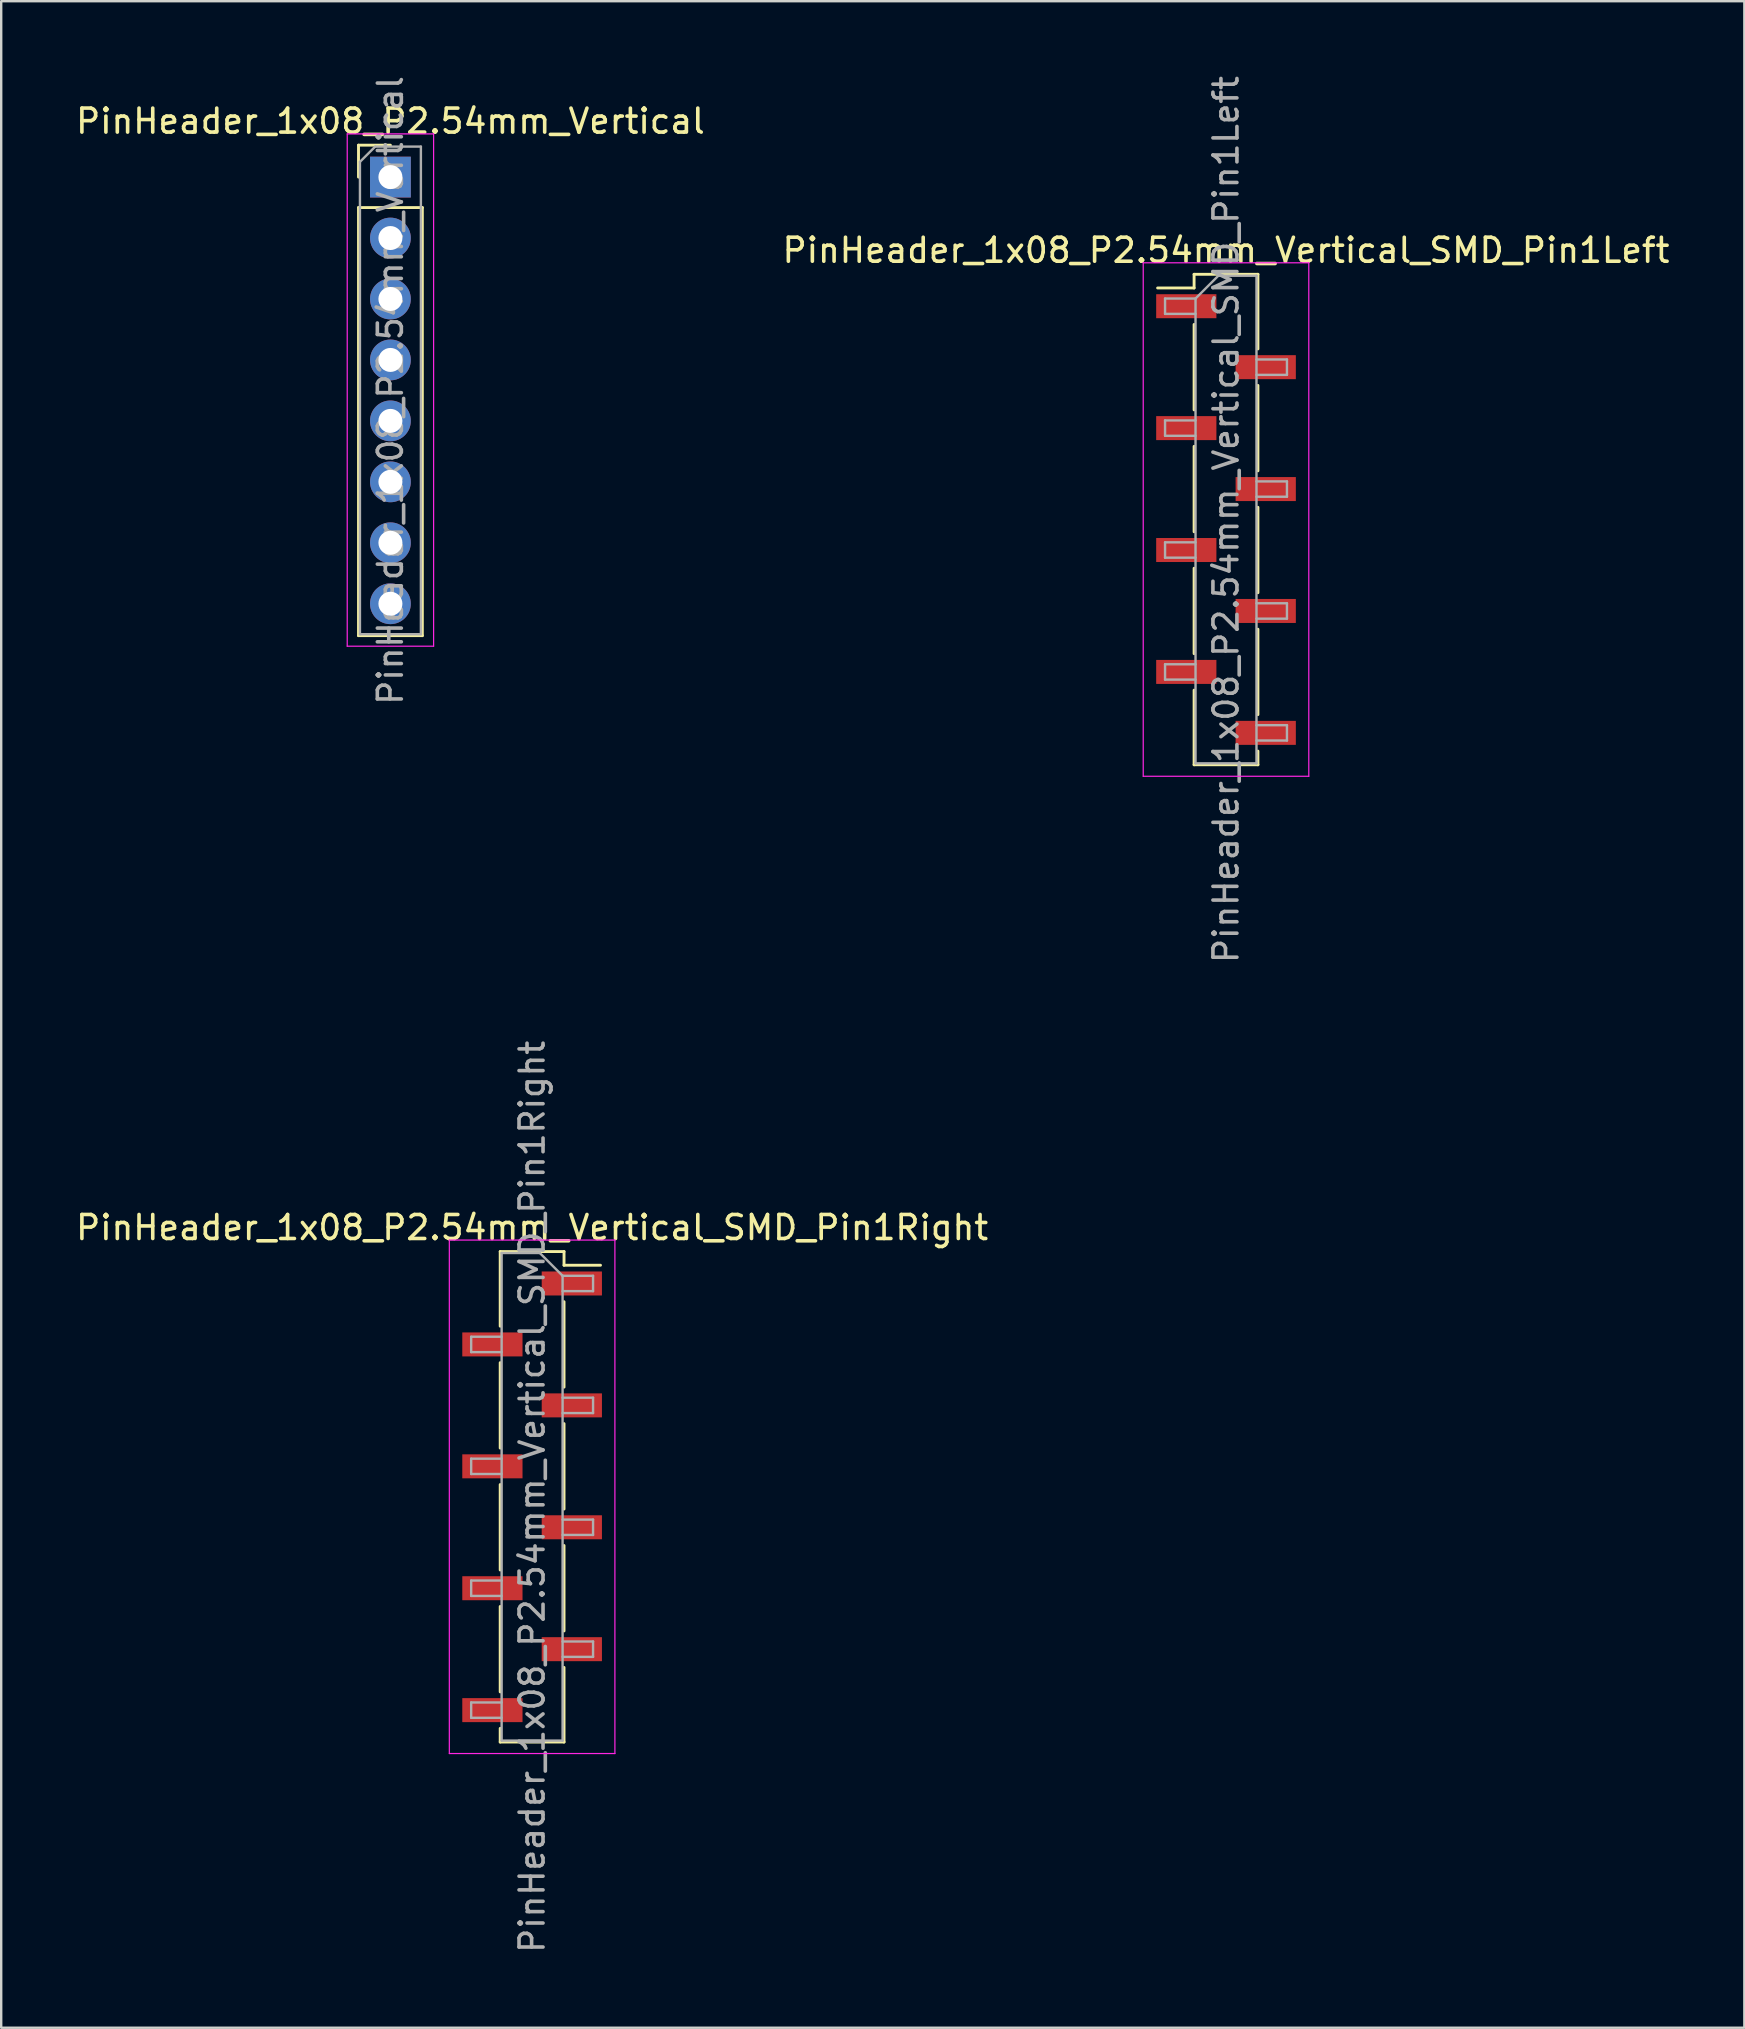
<source format=kicad_pcb>
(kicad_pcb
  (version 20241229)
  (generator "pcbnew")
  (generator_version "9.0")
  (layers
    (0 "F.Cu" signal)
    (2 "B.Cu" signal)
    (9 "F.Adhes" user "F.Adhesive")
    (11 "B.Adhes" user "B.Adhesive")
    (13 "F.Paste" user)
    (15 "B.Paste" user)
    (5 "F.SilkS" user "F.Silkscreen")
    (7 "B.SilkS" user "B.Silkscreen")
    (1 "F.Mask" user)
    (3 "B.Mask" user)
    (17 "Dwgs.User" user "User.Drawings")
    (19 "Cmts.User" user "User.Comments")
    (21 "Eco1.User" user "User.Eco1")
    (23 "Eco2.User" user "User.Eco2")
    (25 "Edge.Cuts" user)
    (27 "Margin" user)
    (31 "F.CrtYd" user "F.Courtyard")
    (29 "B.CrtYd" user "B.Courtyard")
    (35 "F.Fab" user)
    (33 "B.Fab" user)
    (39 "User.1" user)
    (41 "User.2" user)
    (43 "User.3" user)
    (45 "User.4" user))
  (footprint "PinHeader_1x08_P2.54mm_Vertical_SMD_Pin1Left"
    (layer "F.Cu")
    (at 48.042 18.601)
    (property "Reference" "PinHeader_1x08_P2.54mm_Vertical_SMD_Pin1Left" (at 0 -11.22 0) (layer "F.SilkS") (effects (font (size 1 1) (thickness 0.15))))
    (attr smd)
    (fp_line (start -1.33 -10.22) (end -1.33 -9.65) (stroke (width 0.12) (type solid)) (layer "F.SilkS"))
    (fp_line (start -1.33 -10.22) (end 1.33 -10.22) (stroke (width 0.12) (type solid)) (layer "F.SilkS"))
    (fp_line (start -1.33 -9.65) (end -2.85 -9.65) (stroke (width 0.12) (type solid)) (layer "F.SilkS"))
    (fp_line (start -1.33 -8.13) (end -1.33 -4.57) (stroke (width 0.12) (type solid)) (layer "F.SilkS"))
    (fp_line (start -1.33 -3.05) (end -1.33 0.51) (stroke (width 0.12) (type solid)) (layer "F.SilkS"))
    (fp_line (start -1.33 2.03) (end -1.33 5.59) (stroke (width 0.12) (type solid)) (layer "F.SilkS"))
    (fp_line (start -1.33 7.11) (end -1.33 10.22) (stroke (width 0.12) (type solid)) (layer "F.SilkS"))
    (fp_line (start -1.33 10.22) (end 1.33 10.22) (stroke (width 0.12) (type solid)) (layer "F.SilkS"))
    (fp_line (start 1.33 -10.22) (end 1.33 -7.11) (stroke (width 0.12) (type solid)) (layer "F.SilkS"))
    (fp_line (start 1.33 -5.59) (end 1.33 -2.03) (stroke (width 0.12) (type solid)) (layer "F.SilkS"))
    (fp_line (start 1.33 -0.51) (end 1.33 3.05) (stroke (width 0.12) (type solid)) (layer "F.SilkS"))
    (fp_line (start 1.33 4.57) (end 1.33 8.13) (stroke (width 0.12) (type solid)) (layer "F.SilkS"))
    (fp_line (start 1.33 9.65) (end 1.33 10.22) (stroke (width 0.12) (type solid)) (layer "F.SilkS"))
    (fp_line (start -3.45 -10.7) (end -3.45 10.7) (stroke (width 0.05) (type solid)) (layer "F.CrtYd"))
    (fp_line (start -3.45 10.7) (end 3.45 10.7) (stroke (width 0.05) (type solid)) (layer "F.CrtYd"))
    (fp_line (start 3.45 -10.7) (end -3.45 -10.7) (stroke (width 0.05) (type solid)) (layer "F.CrtYd"))
    (fp_line (start 3.45 10.7) (end 3.45 -10.7) (stroke (width 0.05) (type solid)) (layer "F.CrtYd"))
    (fp_line (start -2.54 -9.21) (end -2.54 -8.57) (stroke (width 0.1) (type solid)) (layer "F.Fab"))
    (fp_line (start -2.54 -8.57) (end -1.27 -8.57) (stroke (width 0.1) (type solid)) (layer "F.Fab"))
    (fp_line (start -2.54 -4.13) (end -2.54 -3.49) (stroke (width 0.1) (type solid)) (layer "F.Fab"))
    (fp_line (start -2.54 -3.49) (end -1.27 -3.49) (stroke (width 0.1) (type solid)) (layer "F.Fab"))
    (fp_line (start -2.54 0.95) (end -2.54 1.59) (stroke (width 0.1) (type solid)) (layer "F.Fab"))
    (fp_line (start -2.54 1.59) (end -1.27 1.59) (stroke (width 0.1) (type solid)) (layer "F.Fab"))
    (fp_line (start -2.54 6.03) (end -2.54 6.67) (stroke (width 0.1) (type solid)) (layer "F.Fab"))
    (fp_line (start -2.54 6.67) (end -1.27 6.67) (stroke (width 0.1) (type solid)) (layer "F.Fab"))
    (fp_line (start -1.27 -9.21) (end -2.54 -9.21) (stroke (width 0.1) (type solid)) (layer "F.Fab"))
    (fp_line (start -1.27 -9.21) (end -0.32 -10.16) (stroke (width 0.1) (type solid)) (layer "F.Fab"))
    (fp_line (start -1.27 -4.13) (end -2.54 -4.13) (stroke (width 0.1) (type solid)) (layer "F.Fab"))
    (fp_line (start -1.27 0.95) (end -2.54 0.95) (stroke (width 0.1) (type solid)) (layer "F.Fab"))
    (fp_line (start -1.27 6.03) (end -2.54 6.03) (stroke (width 0.1) (type solid)) (layer "F.Fab"))
    (fp_line (start -1.27 10.16) (end -1.27 -9.21) (stroke (width 0.1) (type solid)) (layer "F.Fab"))
    (fp_line (start -0.32 -10.16) (end 1.27 -10.16) (stroke (width 0.1) (type solid)) (layer "F.Fab"))
    (fp_line (start 1.27 -10.16) (end 1.27 10.16) (stroke (width 0.1) (type solid)) (layer "F.Fab"))
    (fp_line (start 1.27 -6.67) (end 2.54 -6.67) (stroke (width 0.1) (type solid)) (layer "F.Fab"))
    (fp_line (start 1.27 -1.59) (end 2.54 -1.59) (stroke (width 0.1) (type solid)) (layer "F.Fab"))
    (fp_line (start 1.27 3.49) (end 2.54 3.49) (stroke (width 0.1) (type solid)) (layer "F.Fab"))
    (fp_line (start 1.27 8.57) (end 2.54 8.57) (stroke (width 0.1) (type solid)) (layer "F.Fab"))
    (fp_line (start 1.27 10.16) (end -1.27 10.16) (stroke (width 0.1) (type solid)) (layer "F.Fab"))
    (fp_line (start 2.54 -6.67) (end 2.54 -6.03) (stroke (width 0.1) (type solid)) (layer "F.Fab"))
    (fp_line (start 2.54 -6.03) (end 1.27 -6.03) (stroke (width 0.1) (type solid)) (layer "F.Fab"))
    (fp_line (start 2.54 -1.59) (end 2.54 -0.95) (stroke (width 0.1) (type solid)) (layer "F.Fab"))
    (fp_line (start 2.54 -0.95) (end 1.27 -0.95) (stroke (width 0.1) (type solid)) (layer "F.Fab"))
    (fp_line (start 2.54 3.49) (end 2.54 4.13) (stroke (width 0.1) (type solid)) (layer "F.Fab"))
    (fp_line (start 2.54 4.13) (end 1.27 4.13) (stroke (width 0.1) (type solid)) (layer "F.Fab"))
    (fp_line (start 2.54 8.57) (end 2.54 9.21) (stroke (width 0.1) (type solid)) (layer "F.Fab"))
    (fp_line (start 2.54 9.21) (end 1.27 9.21) (stroke (width 0.1) (type solid)) (layer "F.Fab"))
    (fp_text user "${REFERENCE}" (at 0 0 90) (layer "F.Fab") (effects (font (size 1 1) (thickness 0.15))))
    (pad "1" smd rect (at -1.655 -8.89) (size 2.51 1) (layers "F.Cu" "F.Mask" "F.Paste"))
    (pad "2" smd rect (at 1.655 -6.35) (size 2.51 1) (layers "F.Cu" "F.Mask" "F.Paste"))
    (pad "3" smd rect (at -1.655 -3.81) (size 2.51 1) (layers "F.Cu" "F.Mask" "F.Paste"))
    (pad "4" smd rect (at 1.655 -1.27) (size 2.51 1) (layers "F.Cu" "F.Mask" "F.Paste"))
    (pad "5" smd rect (at -1.655 1.27) (size 2.51 1) (layers "F.Cu" "F.Mask" "F.Paste"))
    (pad "6" smd rect (at 1.655 3.81) (size 2.51 1) (layers "F.Cu" "F.Mask" "F.Paste"))
    (pad "7" smd rect (at -1.655 6.35) (size 2.51 1) (layers "F.Cu" "F.Mask" "F.Paste"))
    (pad "8" smd rect (at 1.655 8.89) (size 2.51 1) (layers "F.Cu" "F.Mask" "F.Paste")))
  (footprint "PinHeader_1x08_P2.54mm_Vertical_SMD_Pin1Right"
    (layer "F.Cu")
    (at 19.125 59.327)
    (property "Reference" "PinHeader_1x08_P2.54mm_Vertical_SMD_Pin1Right" (at 0 -11.22 0) (layer "F.SilkS") (effects (font (size 1 1) (thickness 0.15))))
    (attr smd)
    (fp_line (start -1.33 -10.22) (end -1.33 -7.11) (stroke (width 0.12) (type solid)) (layer "F.SilkS"))
    (fp_line (start -1.33 -10.22) (end 1.33 -10.22) (stroke (width 0.12) (type solid)) (layer "F.SilkS"))
    (fp_line (start -1.33 -5.59) (end -1.33 -2.03) (stroke (width 0.12) (type solid)) (layer "F.SilkS"))
    (fp_line (start -1.33 -0.51) (end -1.33 3.05) (stroke (width 0.12) (type solid)) (layer "F.SilkS"))
    (fp_line (start -1.33 4.57) (end -1.33 8.13) (stroke (width 0.12) (type solid)) (layer "F.SilkS"))
    (fp_line (start -1.33 9.65) (end -1.33 10.22) (stroke (width 0.12) (type solid)) (layer "F.SilkS"))
    (fp_line (start -1.33 10.22) (end 1.33 10.22) (stroke (width 0.12) (type solid)) (layer "F.SilkS"))
    (fp_line (start 1.33 -10.22) (end 1.33 -9.65) (stroke (width 0.12) (type solid)) (layer "F.SilkS"))
    (fp_line (start 1.33 -9.65) (end 2.85 -9.65) (stroke (width 0.12) (type solid)) (layer "F.SilkS"))
    (fp_line (start 1.33 -8.13) (end 1.33 -4.57) (stroke (width 0.12) (type solid)) (layer "F.SilkS"))
    (fp_line (start 1.33 -3.05) (end 1.33 0.51) (stroke (width 0.12) (type solid)) (layer "F.SilkS"))
    (fp_line (start 1.33 2.03) (end 1.33 5.59) (stroke (width 0.12) (type solid)) (layer "F.SilkS"))
    (fp_line (start 1.33 7.11) (end 1.33 10.22) (stroke (width 0.12) (type solid)) (layer "F.SilkS"))
    (fp_line (start -3.45 -10.7) (end -3.45 10.7) (stroke (width 0.05) (type solid)) (layer "F.CrtYd"))
    (fp_line (start -3.45 10.7) (end 3.45 10.7) (stroke (width 0.05) (type solid)) (layer "F.CrtYd"))
    (fp_line (start 3.45 -10.7) (end -3.45 -10.7) (stroke (width 0.05) (type solid)) (layer "F.CrtYd"))
    (fp_line (start 3.45 10.7) (end 3.45 -10.7) (stroke (width 0.05) (type solid)) (layer "F.CrtYd"))
    (fp_line (start -2.54 -6.67) (end -2.54 -6.03) (stroke (width 0.1) (type solid)) (layer "F.Fab"))
    (fp_line (start -2.54 -6.03) (end -1.27 -6.03) (stroke (width 0.1) (type solid)) (layer "F.Fab"))
    (fp_line (start -2.54 -1.59) (end -2.54 -0.95) (stroke (width 0.1) (type solid)) (layer "F.Fab"))
    (fp_line (start -2.54 -0.95) (end -1.27 -0.95) (stroke (width 0.1) (type solid)) (layer "F.Fab"))
    (fp_line (start -2.54 3.49) (end -2.54 4.13) (stroke (width 0.1) (type solid)) (layer "F.Fab"))
    (fp_line (start -2.54 4.13) (end -1.27 4.13) (stroke (width 0.1) (type solid)) (layer "F.Fab"))
    (fp_line (start -2.54 8.57) (end -2.54 9.21) (stroke (width 0.1) (type solid)) (layer "F.Fab"))
    (fp_line (start -2.54 9.21) (end -1.27 9.21) (stroke (width 0.1) (type solid)) (layer "F.Fab"))
    (fp_line (start -1.27 -10.16) (end -1.27 10.16) (stroke (width 0.1) (type solid)) (layer "F.Fab"))
    (fp_line (start -1.27 -10.16) (end 0.32 -10.16) (stroke (width 0.1) (type solid)) (layer "F.Fab"))
    (fp_line (start -1.27 -6.67) (end -2.54 -6.67) (stroke (width 0.1) (type solid)) (layer "F.Fab"))
    (fp_line (start -1.27 -1.59) (end -2.54 -1.59) (stroke (width 0.1) (type solid)) (layer "F.Fab"))
    (fp_line (start -1.27 3.49) (end -2.54 3.49) (stroke (width 0.1) (type solid)) (layer "F.Fab"))
    (fp_line (start -1.27 8.57) (end -2.54 8.57) (stroke (width 0.1) (type solid)) (layer "F.Fab"))
    (fp_line (start 1.27 -9.21) (end 0.32 -10.16) (stroke (width 0.1) (type solid)) (layer "F.Fab"))
    (fp_line (start 1.27 -9.21) (end 2.54 -9.21) (stroke (width 0.1) (type solid)) (layer "F.Fab"))
    (fp_line (start 1.27 -4.13) (end 2.54 -4.13) (stroke (width 0.1) (type solid)) (layer "F.Fab"))
    (fp_line (start 1.27 0.95) (end 2.54 0.95) (stroke (width 0.1) (type solid)) (layer "F.Fab"))
    (fp_line (start 1.27 6.03) (end 2.54 6.03) (stroke (width 0.1) (type solid)) (layer "F.Fab"))
    (fp_line (start 1.27 10.16) (end -1.27 10.16) (stroke (width 0.1) (type solid)) (layer "F.Fab"))
    (fp_line (start 1.27 10.16) (end 1.27 -9.21) (stroke (width 0.1) (type solid)) (layer "F.Fab"))
    (fp_line (start 2.54 -9.21) (end 2.54 -8.57) (stroke (width 0.1) (type solid)) (layer "F.Fab"))
    (fp_line (start 2.54 -8.57) (end 1.27 -8.57) (stroke (width 0.1) (type solid)) (layer "F.Fab"))
    (fp_line (start 2.54 -4.13) (end 2.54 -3.49) (stroke (width 0.1) (type solid)) (layer "F.Fab"))
    (fp_line (start 2.54 -3.49) (end 1.27 -3.49) (stroke (width 0.1) (type solid)) (layer "F.Fab"))
    (fp_line (start 2.54 0.95) (end 2.54 1.59) (stroke (width 0.1) (type solid)) (layer "F.Fab"))
    (fp_line (start 2.54 1.59) (end 1.27 1.59) (stroke (width 0.1) (type solid)) (layer "F.Fab"))
    (fp_line (start 2.54 6.03) (end 2.54 6.67) (stroke (width 0.1) (type solid)) (layer "F.Fab"))
    (fp_line (start 2.54 6.67) (end 1.27 6.67) (stroke (width 0.1) (type solid)) (layer "F.Fab"))
    (fp_text user "${REFERENCE}" (at 0 0 90) (layer "F.Fab") (effects (font (size 1 1) (thickness 0.15))))
    (pad "1" smd rect (at 1.655 -8.89) (size 2.51 1) (layers "F.Cu" "F.Mask" "F.Paste"))
    (pad "2" smd rect (at -1.655 -6.35) (size 2.51 1) (layers "F.Cu" "F.Mask" "F.Paste"))
    (pad "3" smd rect (at 1.655 -3.81) (size 2.51 1) (layers "F.Cu" "F.Mask" "F.Paste"))
    (pad "4" smd rect (at -1.655 -1.27) (size 2.51 1) (layers "F.Cu" "F.Mask" "F.Paste"))
    (pad "5" smd rect (at 1.655 1.27) (size 2.51 1) (layers "F.Cu" "F.Mask" "F.Paste"))
    (pad "6" smd rect (at -1.655 3.81) (size 2.51 1) (layers "F.Cu" "F.Mask" "F.Paste"))
    (pad "7" smd rect (at 1.655 6.35) (size 2.51 1) (layers "F.Cu" "F.Mask" "F.Paste"))
    (pad "8" smd rect (at -1.655 8.89) (size 2.51 1) (layers "F.Cu" "F.Mask" "F.Paste")))
  (footprint "PinHeader_1x08_P2.54mm_Vertical"
    (layer "F.Cu")
    (at 13.22 4.33)
    (property "Reference" "PinHeader_1x08_P2.54mm_Vertical" (at 0 -2.33 0) (layer "F.SilkS") (effects (font (size 1 1) (thickness 0.15))))
    (attr through_hole)
    (fp_line (start -1.33 -1.33) (end 0 -1.33) (stroke (width 0.12) (type solid)) (layer "F.SilkS"))
    (fp_line (start -1.33 0) (end -1.33 -1.33) (stroke (width 0.12) (type solid)) (layer "F.SilkS"))
    (fp_line (start -1.33 1.27) (end -1.33 19.11) (stroke (width 0.12) (type solid)) (layer "F.SilkS"))
    (fp_line (start -1.33 1.27) (end 1.33 1.27) (stroke (width 0.12) (type solid)) (layer "F.SilkS"))
    (fp_line (start -1.33 19.11) (end 1.33 19.11) (stroke (width 0.12) (type solid)) (layer "F.SilkS"))
    (fp_line (start 1.33 1.27) (end 1.33 19.11) (stroke (width 0.12) (type solid)) (layer "F.SilkS"))
    (fp_line (start -1.8 -1.8) (end -1.8 19.55) (stroke (width 0.05) (type solid)) (layer "F.CrtYd"))
    (fp_line (start -1.8 19.55) (end 1.8 19.55) (stroke (width 0.05) (type solid)) (layer "F.CrtYd"))
    (fp_line (start 1.8 -1.8) (end -1.8 -1.8) (stroke (width 0.05) (type solid)) (layer "F.CrtYd"))
    (fp_line (start 1.8 19.55) (end 1.8 -1.8) (stroke (width 0.05) (type solid)) (layer "F.CrtYd"))
    (fp_line (start -1.27 -0.635) (end -0.635 -1.27) (stroke (width 0.1) (type solid)) (layer "F.Fab"))
    (fp_line (start -1.27 19.05) (end -1.27 -0.635) (stroke (width 0.1) (type solid)) (layer "F.Fab"))
    (fp_line (start -0.635 -1.27) (end 1.27 -1.27) (stroke (width 0.1) (type solid)) (layer "F.Fab"))
    (fp_line (start 1.27 -1.27) (end 1.27 19.05) (stroke (width 0.1) (type solid)) (layer "F.Fab"))
    (fp_line (start 1.27 19.05) (end -1.27 19.05) (stroke (width 0.1) (type solid)) (layer "F.Fab"))
    (fp_text user "${REFERENCE}" (at 0 8.89 90) (layer "F.Fab") (effects (font (size 1 1) (thickness 0.15))))
    (pad "1" thru_hole rect (at 0 0) (size 1.7 1.7) (drill 1) (layers "*.Cu" "*.Mask"))
    (pad "2" thru_hole oval (at 0 2.54) (size 1.7 1.7) (drill 1) (layers "*.Cu" "*.Mask"))
    (pad "3" thru_hole oval (at 0 5.08) (size 1.7 1.7) (drill 1) (layers "*.Cu" "*.Mask"))
    (pad "4" thru_hole oval (at 0 7.62) (size 1.7 1.7) (drill 1) (layers "*.Cu" "*.Mask"))
    (pad "5" thru_hole oval (at 0 10.16) (size 1.7 1.7) (drill 1) (layers "*.Cu" "*.Mask"))
    (pad "6" thru_hole oval (at 0 12.7) (size 1.7 1.7) (drill 1) (layers "*.Cu" "*.Mask"))
    (pad "7" thru_hole oval (at 0 15.24) (size 1.7 1.7) (drill 1) (layers "*.Cu" "*.Mask"))
    (pad "8" thru_hole oval (at 0 17.78) (size 1.7 1.7) (drill 1) (layers "*.Cu" "*.Mask")))
  (gr_rect
    (start -3 -3)
    (end 69.643 81.452)
    (stroke (width 0.1) (type default))
    (fill no)
    (layer "Edge.Cuts")))
</source>
